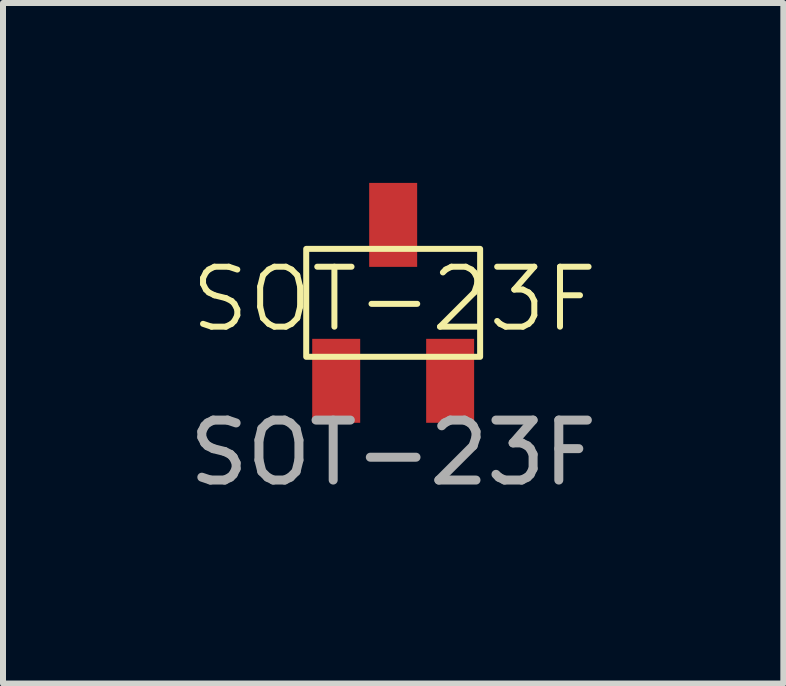
<source format=kicad_pcb>
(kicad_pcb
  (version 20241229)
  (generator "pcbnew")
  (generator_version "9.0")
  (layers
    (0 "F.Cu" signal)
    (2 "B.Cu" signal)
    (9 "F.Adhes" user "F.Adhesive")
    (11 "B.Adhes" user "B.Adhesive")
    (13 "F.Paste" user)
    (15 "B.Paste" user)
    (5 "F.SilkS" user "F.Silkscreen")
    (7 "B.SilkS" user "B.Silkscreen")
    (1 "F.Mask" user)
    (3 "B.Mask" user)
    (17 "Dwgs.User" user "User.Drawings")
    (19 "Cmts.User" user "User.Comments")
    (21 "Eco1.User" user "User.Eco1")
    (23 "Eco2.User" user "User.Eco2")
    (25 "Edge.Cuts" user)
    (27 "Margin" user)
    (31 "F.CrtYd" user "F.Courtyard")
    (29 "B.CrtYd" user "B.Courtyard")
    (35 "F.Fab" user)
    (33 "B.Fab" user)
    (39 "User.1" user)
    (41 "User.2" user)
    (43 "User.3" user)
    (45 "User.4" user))
  (footprint "SOT-23F"
    (layer "F.Cu")
    (at 3.506 2)
    (property "Reference" "SOT-23F" (at 0.02 -0.06 0) (unlocked yes) (layer "F.SilkS") (effects (font (size 1 1) (thickness 0.1))))
    (attr smd)
    (fp_rect (start -1.45 -0.9) (end 1.45 0.9) (stroke (width 0.1) (type default)) (fill no) (layer "F.SilkS"))
    (fp_text user "${REFERENCE}" (at 0 2.5 0) (unlocked yes) (layer "F.Fab") (effects (font (size 1 1) (thickness 0.15))))
    (pad "1" smd rect (at -0.95 1.3) (size 0.8 1.4) (layers "F.Cu" "F.Mask" "F.Paste"))
    (pad "2" smd rect (at 0.95 1.3) (size 0.8 1.4) (layers "F.Cu" "F.Mask" "F.Paste"))
    (pad "3" smd rect (at 0 -1.3) (size 0.8 1.4) (layers "F.Cu" "F.Mask" "F.Paste")))
  (gr_rect
    (start -3 -3)
    (end 10.012 8.348)
    (stroke (width 0.1) (type default))
    (fill no)
    (layer "Edge.Cuts")))
</source>
